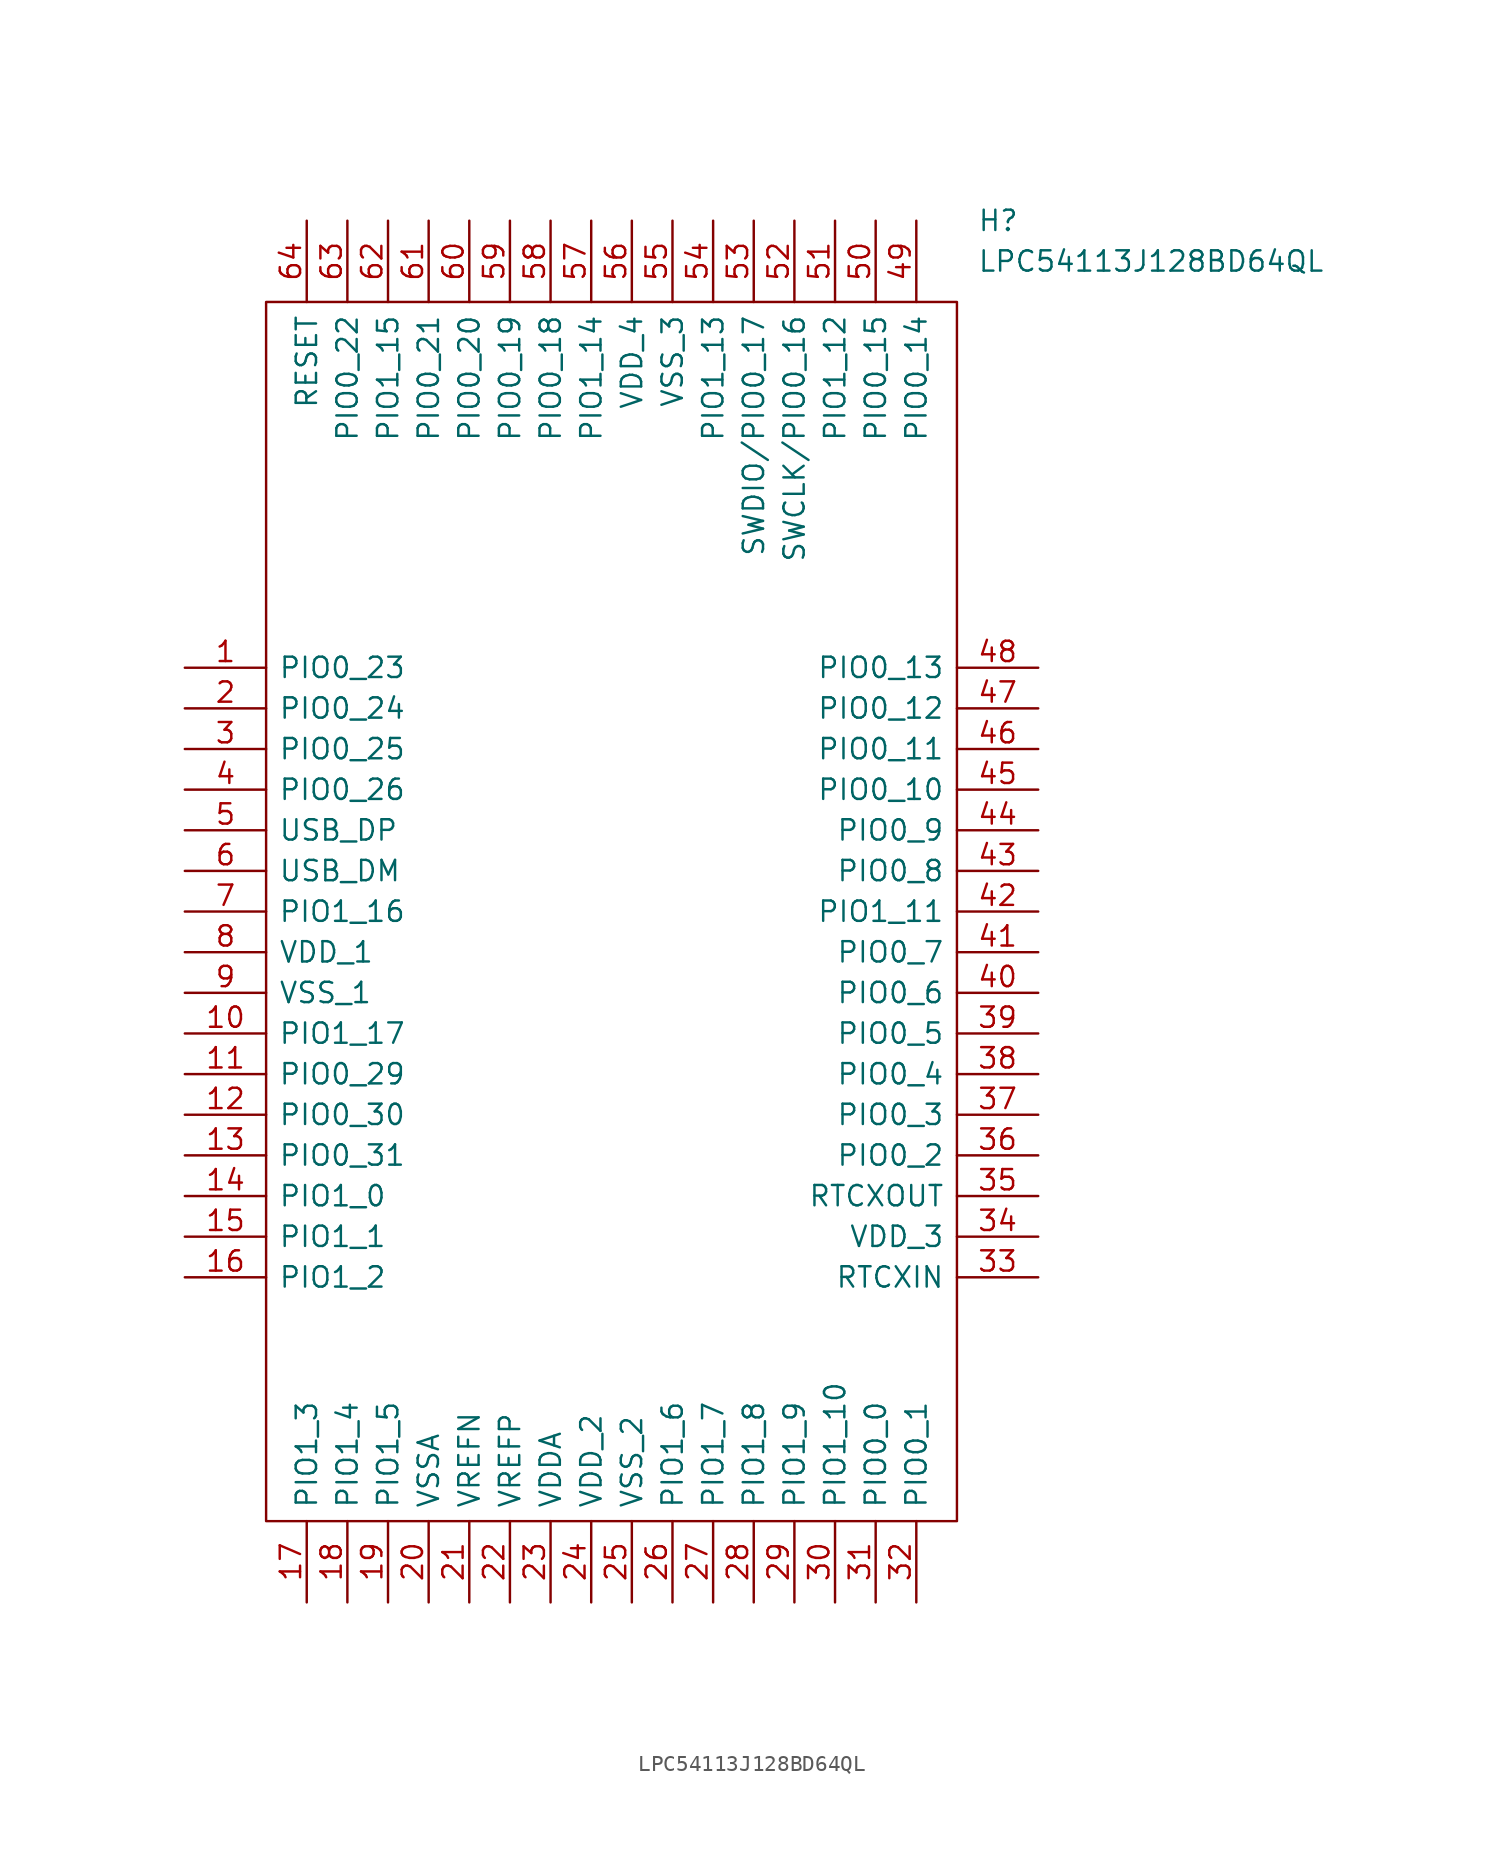
<source format=kicad_sym>
(kicad_symbol_lib
  (version 20211014)
  (generator kicad_symbol_editor)
  (symbol "LPC54113J128BD64QL"
    (pin_names
      (offset 0.762))
    (property "Reference" "H"
      (at 49.53 27.94 0)
      (effects (font (size 1.27 1.27)) (justify left)))
    (property "Value" "LPC54113J128BD64QL"
      (at 49.53 25.4 0)
      (effects (font (size 1.27 1.27)) (justify left)))
    (symbol "LPC54113J128BD64QL_0_0"
      (pin bidirectional line (at 0 0 0) (length 5.08) (name "PIO0_23" (effects (font (size 1.27 1.27)))) (number "1" (effects (font (size 1.27 1.27)))))
      (pin bidirectional line (at 0 -22.86 0) (length 5.08) (name "PIO1_17" (effects (font (size 1.27 1.27)))) (number "10" (effects (font (size 1.27 1.27)))))
      (pin bidirectional line (at 0 -25.4 0) (length 5.08) (name "PIO0_29" (effects (font (size 1.27 1.27)))) (number "11" (effects (font (size 1.27 1.27)))))
      (pin bidirectional line (at 0 -27.94 0) (length 5.08) (name "PIO0_30" (effects (font (size 1.27 1.27)))) (number "12" (effects (font (size 1.27 1.27)))))
      (pin bidirectional line (at 0 -30.48 0) (length 5.08) (name "PIO0_31" (effects (font (size 1.27 1.27)))) (number "13" (effects (font (size 1.27 1.27)))))
      (pin bidirectional line (at 0 -33.02 0) (length 5.08) (name "PIO1_0" (effects (font (size 1.27 1.27)))) (number "14" (effects (font (size 1.27 1.27)))))
      (pin bidirectional line (at 0 -35.56 0) (length 5.08) (name "PIO1_1" (effects (font (size 1.27 1.27)))) (number "15" (effects (font (size 1.27 1.27)))))
      (pin bidirectional line (at 0 -38.1 0) (length 5.08) (name "PIO1_2" (effects (font (size 1.27 1.27)))) (number "16" (effects (font (size 1.27 1.27)))))
      (pin bidirectional line (at 7.62 -58.42 90) (length 5.08) (name "PIO1_3" (effects (font (size 1.27 1.27)))) (number "17" (effects (font (size 1.27 1.27)))))
      (pin bidirectional line (at 10.16 -58.42 90) (length 5.08) (name "PIO1_4" (effects (font (size 1.27 1.27)))) (number "18" (effects (font (size 1.27 1.27)))))
      (pin bidirectional line (at 12.7 -58.42 90) (length 5.08) (name "PIO1_5" (effects (font (size 1.27 1.27)))) (number "19" (effects (font (size 1.27 1.27)))))
      (pin bidirectional line (at 0 -2.54 0) (length 5.08) (name "PIO0_24" (effects (font (size 1.27 1.27)))) (number "2" (effects (font (size 1.27 1.27)))))
      (pin power_in line (at 15.24 -58.42 90) (length 5.08) (name "VSSA" (effects (font (size 1.27 1.27)))) (number "20" (effects (font (size 1.27 1.27)))))
      (pin power_in line (at 17.78 -58.42 90) (length 5.08) (name "VREFN" (effects (font (size 1.27 1.27)))) (number "21" (effects (font (size 1.27 1.27)))))
      (pin bidirectional line (at 20.32 -58.42 90) (length 5.08) (name "VREFP" (effects (font (size 1.27 1.27)))) (number "22" (effects (font (size 1.27 1.27)))))
      (pin power_in line (at 22.86 -58.42 90) (length 5.08) (name "VDDA" (effects (font (size 1.27 1.27)))) (number "23" (effects (font (size 1.27 1.27)))))
      (pin power_in line (at 25.4 -58.42 90) (length 5.08) (name "VDD_2" (effects (font (size 1.27 1.27)))) (number "24" (effects (font (size 1.27 1.27)))))
      (pin power_in line (at 27.94 -58.42 90) (length 5.08) (name "VSS_2" (effects (font (size 1.27 1.27)))) (number "25" (effects (font (size 1.27 1.27)))))
      (pin bidirectional line (at 30.48 -58.42 90) (length 5.08) (name "PIO1_6" (effects (font (size 1.27 1.27)))) (number "26" (effects (font (size 1.27 1.27)))))
      (pin bidirectional line (at 33.02 -58.42 90) (length 5.08) (name "PIO1_7" (effects (font (size 1.27 1.27)))) (number "27" (effects (font (size 1.27 1.27)))))
      (pin bidirectional line (at 35.56 -58.42 90) (length 5.08) (name "PIO1_8" (effects (font (size 1.27 1.27)))) (number "28" (effects (font (size 1.27 1.27)))))
      (pin bidirectional line (at 38.1 -58.42 90) (length 5.08) (name "PIO1_9" (effects (font (size 1.27 1.27)))) (number "29" (effects (font (size 1.27 1.27)))))
      (pin bidirectional line (at 0 -5.08 0) (length 5.08) (name "PIO0_25" (effects (font (size 1.27 1.27)))) (number "3" (effects (font (size 1.27 1.27)))))
      (pin bidirectional line (at 40.64 -58.42 90) (length 5.08) (name "PIO1_10" (effects (font (size 1.27 1.27)))) (number "30" (effects (font (size 1.27 1.27)))))
      (pin bidirectional line (at 43.18 -58.42 90) (length 5.08) (name "PIO0_0" (effects (font (size 1.27 1.27)))) (number "31" (effects (font (size 1.27 1.27)))))
      (pin bidirectional line (at 45.72 -58.42 90) (length 5.08) (name "PIO0_1" (effects (font (size 1.27 1.27)))) (number "32" (effects (font (size 1.27 1.27)))))
      (pin input line (at 53.34 -38.1 180) (length 5.08) (name "RTCXIN" (effects (font (size 1.27 1.27)))) (number "33" (effects (font (size 1.27 1.27)))))
      (pin power_in line (at 53.34 -35.56 180) (length 5.08) (name "VDD_3" (effects (font (size 1.27 1.27)))) (number "34" (effects (font (size 1.27 1.27)))))
      (pin output line (at 53.34 -33.02 180) (length 5.08) (name "RTCXOUT" (effects (font (size 1.27 1.27)))) (number "35" (effects (font (size 1.27 1.27)))))
      (pin bidirectional line (at 53.34 -30.48 180) (length 5.08) (name "PIO0_2" (effects (font (size 1.27 1.27)))) (number "36" (effects (font (size 1.27 1.27)))))
      (pin bidirectional line (at 53.34 -27.94 180) (length 5.08) (name "PIO0_3" (effects (font (size 1.27 1.27)))) (number "37" (effects (font (size 1.27 1.27)))))
      (pin bidirectional line (at 53.34 -25.4 180) (length 5.08) (name "PIO0_4" (effects (font (size 1.27 1.27)))) (number "38" (effects (font (size 1.27 1.27)))))
      (pin bidirectional line (at 53.34 -22.86 180) (length 5.08) (name "PIO0_5" (effects (font (size 1.27 1.27)))) (number "39" (effects (font (size 1.27 1.27)))))
      (pin bidirectional line (at 0 -7.62 0) (length 5.08) (name "PIO0_26" (effects (font (size 1.27 1.27)))) (number "4" (effects (font (size 1.27 1.27)))))
      (pin bidirectional line (at 53.34 -20.32 180) (length 5.08) (name "PIO0_6" (effects (font (size 1.27 1.27)))) (number "40" (effects (font (size 1.27 1.27)))))
      (pin bidirectional line (at 53.34 -17.78 180) (length 5.08) (name "PIO0_7" (effects (font (size 1.27 1.27)))) (number "41" (effects (font (size 1.27 1.27)))))
      (pin bidirectional line (at 53.34 -15.24 180) (length 5.08) (name "PIO1_11" (effects (font (size 1.27 1.27)))) (number "42" (effects (font (size 1.27 1.27)))))
      (pin bidirectional line (at 53.34 -12.7 180) (length 5.08) (name "PIO0_8" (effects (font (size 1.27 1.27)))) (number "43" (effects (font (size 1.27 1.27)))))
      (pin bidirectional line (at 53.34 -10.16 180) (length 5.08) (name "PIO0_9" (effects (font (size 1.27 1.27)))) (number "44" (effects (font (size 1.27 1.27)))))
      (pin bidirectional line (at 53.34 -7.62 180) (length 5.08) (name "PIO0_10" (effects (font (size 1.27 1.27)))) (number "45" (effects (font (size 1.27 1.27)))))
      (pin bidirectional line (at 53.34 -5.08 180) (length 5.08) (name "PIO0_11" (effects (font (size 1.27 1.27)))) (number "46" (effects (font (size 1.27 1.27)))))
      (pin bidirectional line (at 53.34 -2.54 180) (length 5.08) (name "PIO0_12" (effects (font (size 1.27 1.27)))) (number "47" (effects (font (size 1.27 1.27)))))
      (pin bidirectional line (at 53.34 0 180) (length 5.08) (name "PIO0_13" (effects (font (size 1.27 1.27)))) (number "48" (effects (font (size 1.27 1.27)))))
      (pin bidirectional line (at 45.72 27.94 270) (length 5.08) (name "PIO0_14" (effects (font (size 1.27 1.27)))) (number "49" (effects (font (size 1.27 1.27)))))
      (pin bidirectional line (at 0 -10.16 0) (length 5.08) (name "USB_DP" (effects (font (size 1.27 1.27)))) (number "5" (effects (font (size 1.27 1.27)))))
      (pin bidirectional line (at 43.18 27.94 270) (length 5.08) (name "PIO0_15" (effects (font (size 1.27 1.27)))) (number "50" (effects (font (size 1.27 1.27)))))
      (pin bidirectional line (at 40.64 27.94 270) (length 5.08) (name "PIO1_12" (effects (font (size 1.27 1.27)))) (number "51" (effects (font (size 1.27 1.27)))))
      (pin bidirectional line (at 38.1 27.94 270) (length 5.08) (name "SWCLK/PIO0_16" (effects (font (size 1.27 1.27)))) (number "52" (effects (font (size 1.27 1.27)))))
      (pin bidirectional line (at 35.56 27.94 270) (length 5.08) (name "SWDIO/PIO0_17" (effects (font (size 1.27 1.27)))) (number "53" (effects (font (size 1.27 1.27)))))
      (pin bidirectional line (at 33.02 27.94 270) (length 5.08) (name "PIO1_13" (effects (font (size 1.27 1.27)))) (number "54" (effects (font (size 1.27 1.27)))))
      (pin power_in line (at 30.48 27.94 270) (length 5.08) (name "VSS_3" (effects (font (size 1.27 1.27)))) (number "55" (effects (font (size 1.27 1.27)))))
      (pin power_in line (at 27.94 27.94 270) (length 5.08) (name "VDD_4" (effects (font (size 1.27 1.27)))) (number "56" (effects (font (size 1.27 1.27)))))
      (pin bidirectional line (at 25.4 27.94 270) (length 5.08) (name "PIO1_14" (effects (font (size 1.27 1.27)))) (number "57" (effects (font (size 1.27 1.27)))))
      (pin bidirectional line (at 22.86 27.94 270) (length 5.08) (name "PIO0_18" (effects (font (size 1.27 1.27)))) (number "58" (effects (font (size 1.27 1.27)))))
      (pin bidirectional line (at 20.32 27.94 270) (length 5.08) (name "PIO0_19" (effects (font (size 1.27 1.27)))) (number "59" (effects (font (size 1.27 1.27)))))
      (pin bidirectional line (at 0 -12.7 0) (length 5.08) (name "USB_DM" (effects (font (size 1.27 1.27)))) (number "6" (effects (font (size 1.27 1.27)))))
      (pin bidirectional line (at 17.78 27.94 270) (length 5.08) (name "PIO0_20" (effects (font (size 1.27 1.27)))) (number "60" (effects (font (size 1.27 1.27)))))
      (pin bidirectional line (at 15.24 27.94 270) (length 5.08) (name "PIO0_21" (effects (font (size 1.27 1.27)))) (number "61" (effects (font (size 1.27 1.27)))))
      (pin bidirectional line (at 12.7 27.94 270) (length 5.08) (name "PIO1_15" (effects (font (size 1.27 1.27)))) (number "62" (effects (font (size 1.27 1.27)))))
      (pin bidirectional line (at 10.16 27.94 270) (length 5.08) (name "PIO0_22" (effects (font (size 1.27 1.27)))) (number "63" (effects (font (size 1.27 1.27)))))
      (pin input line (at 7.62 27.94 270) (length 5.08) (name "RESET" (effects (font (size 1.27 1.27)))) (number "64" (effects (font (size 1.27 1.27)))))
      (pin bidirectional line (at 0 -15.24 0) (length 5.08) (name "PIO1_16" (effects (font (size 1.27 1.27)))) (number "7" (effects (font (size 1.27 1.27)))))
      (pin power_in line (at 0 -17.78 0) (length 5.08) (name "VDD_1" (effects (font (size 1.27 1.27)))) (number "8" (effects (font (size 1.27 1.27)))))
      (pin power_in line (at 0 -20.32 0) (length 5.08) (name "VSS_1" (effects (font (size 1.27 1.27)))) (number "9" (effects (font (size 1.27 1.27))))))
    (symbol "LPC54113J128BD64QL_0_1"
      (polyline (pts (xy 5.08 22.86) (xy 48.26 22.86) (xy 48.26 -53.34) (xy 5.08 -53.34) (xy 5.08 22.86)) (stroke (width 0.152) (type default) (color 0 0 0 0)) (fill (type none))))))
</source>
